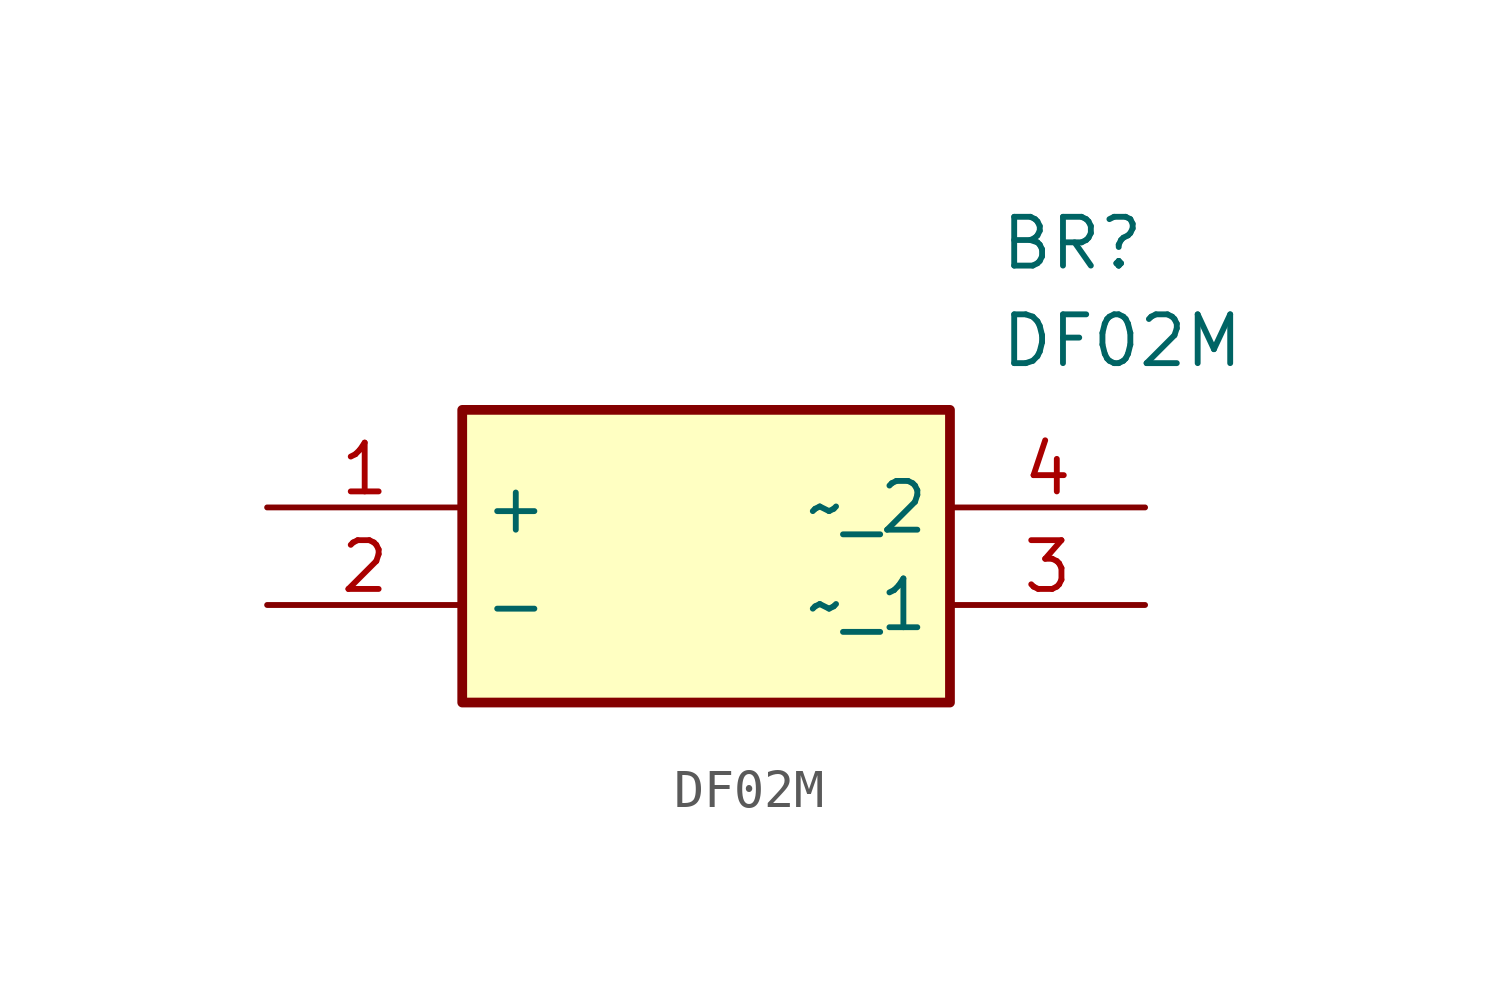
<source format=kicad_sym>
(kicad_symbol_lib
  (version 20211014)
  (generator SamacSys_ECAD_Model)
  (symbol "DF02M"
    (property "Reference" "BR"
      (at 19.05 7.62 0)
      (effects (font (size 1.27 1.27)) (justify left top)))
    (property "Value" "DF02M"
      (at 19.05 5.08 0)
      (effects (font (size 1.27 1.27)) (justify left top)))
    (rectangle
      (start 5.08 2.54)
      (end 17.78 -5.08)
      (stroke (width 0.254) (type default))
      (fill (type background)))
    (pin passive line
      (at 0 0 0)
      (length 5.08)
      (name "+" (effects (font (size 1.27 1.27))))
      (number "1" (effects (font (size 1.27 1.27)))))
    (pin passive line
      (at 0 -2.54 0)
      (length 5.08)
      (name "-" (effects (font (size 1.27 1.27))))
      (number "2" (effects (font (size 1.27 1.27)))))
    (pin passive line
      (at 22.86 0 180)
      (length 5.08)
      (name "~_2" (effects (font (size 1.27 1.27))))
      (number "4" (effects (font (size 1.27 1.27)))))
    (pin passive line
      (at 22.86 -2.54 180)
      (length 5.08)
      (name "~_1" (effects (font (size 1.27 1.27))))
      (number "3" (effects (font (size 1.27 1.27)))))))
</source>
